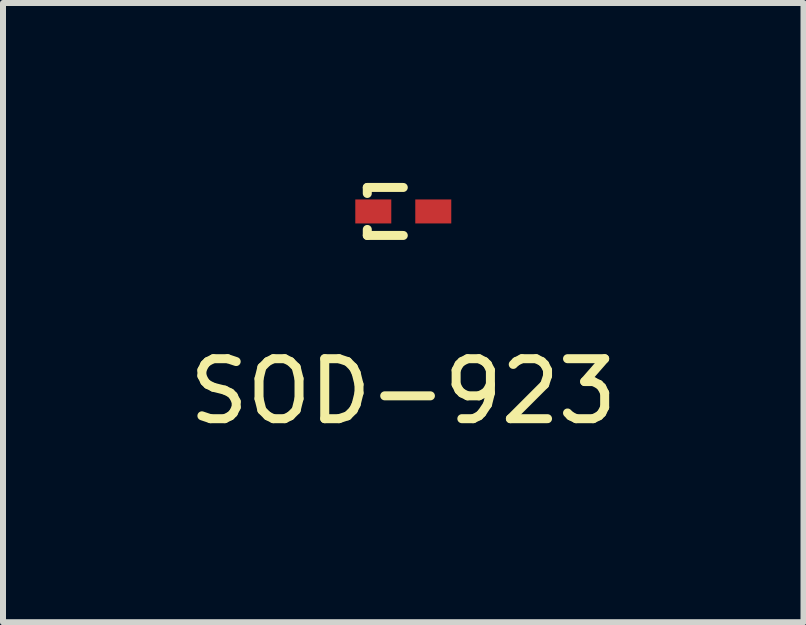
<source format=kicad_pcb>
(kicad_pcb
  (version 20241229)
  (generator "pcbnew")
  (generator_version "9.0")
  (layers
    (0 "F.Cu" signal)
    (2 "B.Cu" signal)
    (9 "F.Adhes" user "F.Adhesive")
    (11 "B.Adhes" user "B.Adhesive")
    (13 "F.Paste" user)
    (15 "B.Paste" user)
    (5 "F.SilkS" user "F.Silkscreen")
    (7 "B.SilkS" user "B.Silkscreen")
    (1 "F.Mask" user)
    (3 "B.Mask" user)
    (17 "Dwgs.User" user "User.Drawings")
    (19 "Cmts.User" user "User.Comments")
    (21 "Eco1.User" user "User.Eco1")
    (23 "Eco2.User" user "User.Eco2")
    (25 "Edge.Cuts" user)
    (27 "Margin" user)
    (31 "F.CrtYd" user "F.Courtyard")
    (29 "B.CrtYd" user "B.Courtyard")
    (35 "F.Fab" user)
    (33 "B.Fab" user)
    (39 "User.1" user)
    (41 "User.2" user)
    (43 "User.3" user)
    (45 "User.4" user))
  (footprint "SOD-923"
    (layer "F.Cu")
    (at 3.673 0.475)
    (property "Reference" "SOD-923" (at 0 3 0) (layer "F.SilkS") (effects (font (size 1 1) (thickness 0.15))))
    (attr through_hole)
    (fp_line (start -0.6 -0.4) (end 0 -0.4) (stroke (width 0.15) (type solid)) (layer "F.SilkS"))
    (fp_line (start -0.6 -0.3) (end -0.6 -0.4) (stroke (width 0.15) (type solid)) (layer "F.SilkS"))
    (fp_line (start -0.6 0.3) (end -0.6 0.4) (stroke (width 0.15) (type solid)) (layer "F.SilkS"))
    (fp_line (start -0.6 0.4) (end 0 0.4) (stroke (width 0.15) (type solid)) (layer "F.SilkS"))
    (pad "1" smd rect (at -0.5 0) (size 0.6 0.4) (layers "F.Cu" "F.Mask" "F.Paste"))
    (pad "2" smd rect (at 0.5 0) (size 0.6 0.4) (layers "F.Cu" "F.Mask" "F.Paste")))
  (gr_rect
    (start -3 -3)
    (end 10.345 7.323)
    (stroke (width 0.1) (type default))
    (fill no)
    (layer "Edge.Cuts")))
</source>
